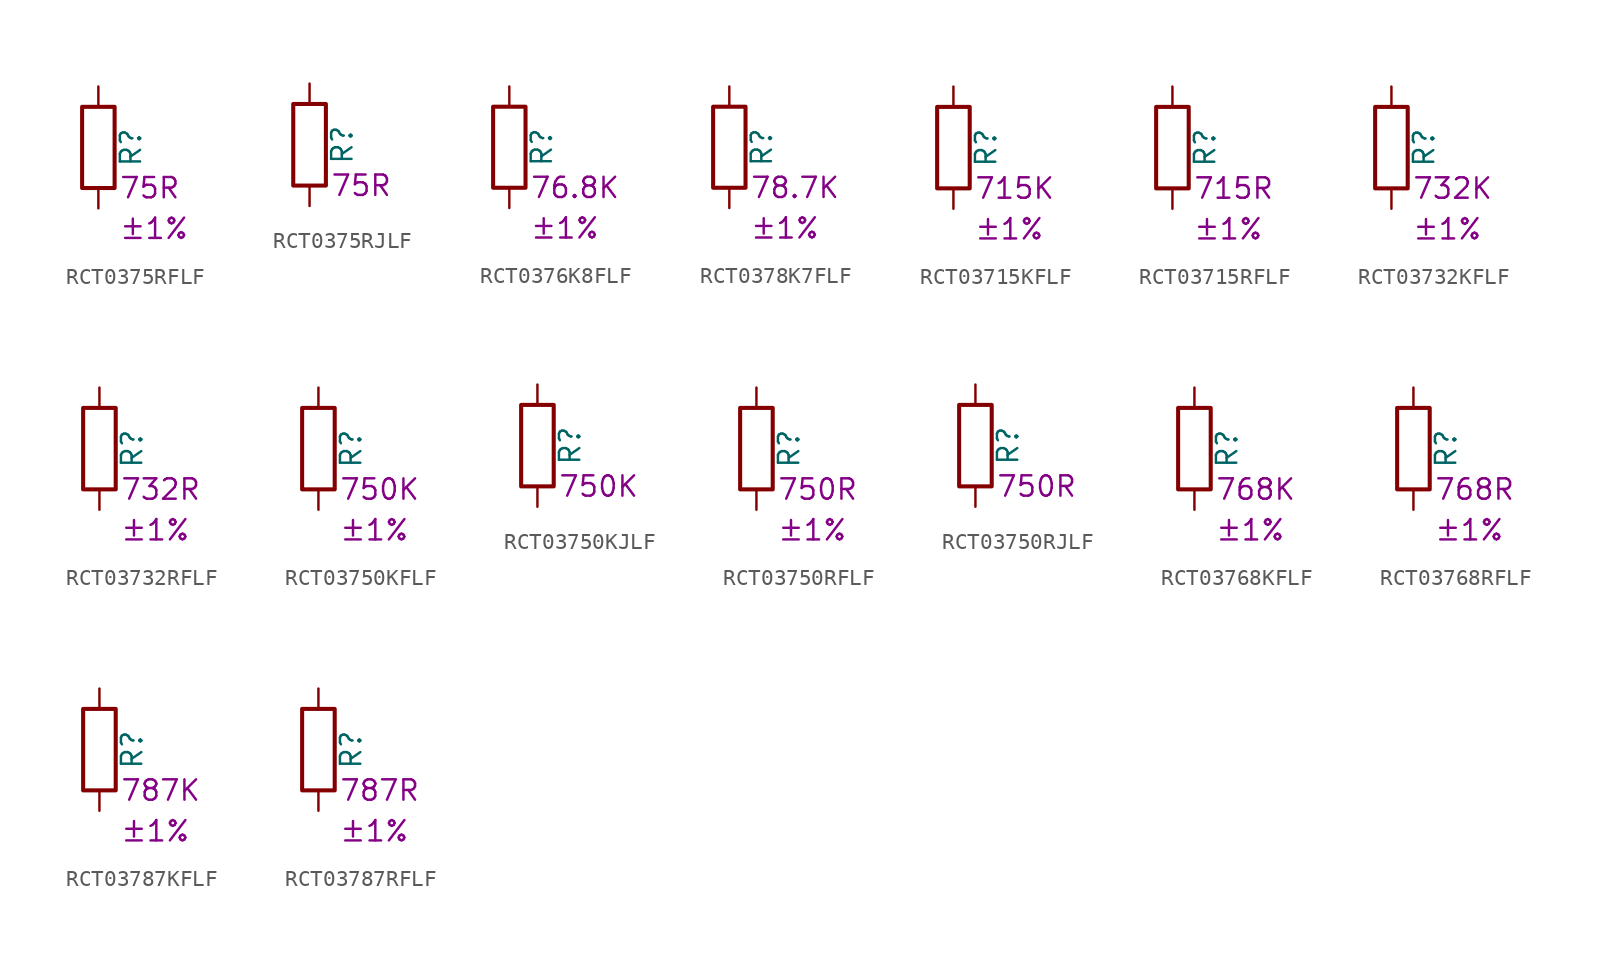
<source format=kicad_sym>
(kicad_symbol_lib
  (version 20220914)
  (generator kicad_symbol_editor)
  (symbol "RCT0375RFLF"
    (pin_numbers hide)
    (pin_names
      (offset 0))
    (property "Reference" "R"
      (at 2.032 0 90)
      (effects (font (size 1.27 1.27))))
    (property "Resistance" "75R"
      (at 1.27 -2.54 0)
      (effects (font (size 1.27 1.27)) (justify left)))
    (property "Tolerance" "±1%"
      (at 1.27 -5.08 0)
      (effects (font (size 1.27 1.27)) (justify left)))
    (symbol "RCT0375RFLF_0_1"
      (rectangle (start -1.016 -2.54) (end 1.016 2.54) (stroke (width 0.254) (type default)) (fill (type none))))
    (symbol "RCT0375RFLF_1_1"
      (pin passive line (at 0 3.81 270) (length 1.27) (name "~" (effects (font (size 1.27 1.27)))) (number "1" (effects (font (size 1.27 1.27)))))
      (pin passive line (at 0 -3.81 90) (length 1.27) (name "~" (effects (font (size 1.27 1.27)))) (number "2" (effects (font (size 1.27 1.27)))))))
  (symbol "RCT0375RJLF"
    (pin_numbers hide)
    (pin_names
      (offset 0))
    (property "Reference" "R"
      (at 2.032 0 90)
      (effects (font (size 1.27 1.27))))
    (property "Resistance" "75R"
      (at 1.27 -2.54 0)
      (effects (font (size 1.27 1.27)) (justify left)))
    (symbol "RCT0375RJLF_0_1"
      (rectangle (start -1.016 -2.54) (end 1.016 2.54) (stroke (width 0.254) (type default)) (fill (type none))))
    (symbol "RCT0375RJLF_1_1"
      (pin passive line (at 0 3.81 270) (length 1.27) (name "~" (effects (font (size 1.27 1.27)))) (number "1" (effects (font (size 1.27 1.27)))))
      (pin passive line (at 0 -3.81 90) (length 1.27) (name "~" (effects (font (size 1.27 1.27)))) (number "2" (effects (font (size 1.27 1.27)))))))
  (symbol "RCT0376K8FLF"
    (pin_numbers hide)
    (pin_names
      (offset 0))
    (property "Reference" "R"
      (at 2.032 0 90)
      (effects (font (size 1.27 1.27))))
    (property "Resistance" "76.8K"
      (at 1.27 -2.54 0)
      (effects (font (size 1.27 1.27)) (justify left)))
    (property "Tolerance" "±1%"
      (at 1.27 -5.08 0)
      (effects (font (size 1.27 1.27)) (justify left)))
    (symbol "RCT0376K8FLF_0_1"
      (rectangle (start -1.016 -2.54) (end 1.016 2.54) (stroke (width 0.254) (type default)) (fill (type none))))
    (symbol "RCT0376K8FLF_1_1"
      (pin passive line (at 0 3.81 270) (length 1.27) (name "~" (effects (font (size 1.27 1.27)))) (number "1" (effects (font (size 1.27 1.27)))))
      (pin passive line (at 0 -3.81 90) (length 1.27) (name "~" (effects (font (size 1.27 1.27)))) (number "2" (effects (font (size 1.27 1.27)))))))
  (symbol "RCT0378K7FLF"
    (pin_numbers hide)
    (pin_names
      (offset 0))
    (property "Reference" "R"
      (at 2.032 0 90)
      (effects (font (size 1.27 1.27))))
    (property "Resistance" "78.7K"
      (at 1.27 -2.54 0)
      (effects (font (size 1.27 1.27)) (justify left)))
    (property "Tolerance" "±1%"
      (at 1.27 -5.08 0)
      (effects (font (size 1.27 1.27)) (justify left)))
    (symbol "RCT0378K7FLF_0_1"
      (rectangle (start -1.016 -2.54) (end 1.016 2.54) (stroke (width 0.254) (type default)) (fill (type none))))
    (symbol "RCT0378K7FLF_1_1"
      (pin passive line (at 0 3.81 270) (length 1.27) (name "~" (effects (font (size 1.27 1.27)))) (number "1" (effects (font (size 1.27 1.27)))))
      (pin passive line (at 0 -3.81 90) (length 1.27) (name "~" (effects (font (size 1.27 1.27)))) (number "2" (effects (font (size 1.27 1.27)))))))
  (symbol "RCT03715KFLF"
    (pin_numbers hide)
    (pin_names
      (offset 0))
    (property "Reference" "R"
      (at 2.032 0 90)
      (effects (font (size 1.27 1.27))))
    (property "Resistance" "715K"
      (at 1.27 -2.54 0)
      (effects (font (size 1.27 1.27)) (justify left)))
    (property "Tolerance" "±1%"
      (at 1.27 -5.08 0)
      (effects (font (size 1.27 1.27)) (justify left)))
    (symbol "RCT03715KFLF_0_1"
      (rectangle (start -1.016 -2.54) (end 1.016 2.54) (stroke (width 0.254) (type default)) (fill (type none))))
    (symbol "RCT03715KFLF_1_1"
      (pin passive line (at 0 3.81 270) (length 1.27) (name "~" (effects (font (size 1.27 1.27)))) (number "1" (effects (font (size 1.27 1.27)))))
      (pin passive line (at 0 -3.81 90) (length 1.27) (name "~" (effects (font (size 1.27 1.27)))) (number "2" (effects (font (size 1.27 1.27)))))))
  (symbol "RCT03715RFLF"
    (pin_numbers hide)
    (pin_names
      (offset 0))
    (property "Reference" "R"
      (at 2.032 0 90)
      (effects (font (size 1.27 1.27))))
    (property "Resistance" "715R"
      (at 1.27 -2.54 0)
      (effects (font (size 1.27 1.27)) (justify left)))
    (property "Tolerance" "±1%"
      (at 1.27 -5.08 0)
      (effects (font (size 1.27 1.27)) (justify left)))
    (symbol "RCT03715RFLF_0_1"
      (rectangle (start -1.016 -2.54) (end 1.016 2.54) (stroke (width 0.254) (type default)) (fill (type none))))
    (symbol "RCT03715RFLF_1_1"
      (pin passive line (at 0 3.81 270) (length 1.27) (name "~" (effects (font (size 1.27 1.27)))) (number "1" (effects (font (size 1.27 1.27)))))
      (pin passive line (at 0 -3.81 90) (length 1.27) (name "~" (effects (font (size 1.27 1.27)))) (number "2" (effects (font (size 1.27 1.27)))))))
  (symbol "RCT03732KFLF"
    (pin_numbers hide)
    (pin_names
      (offset 0))
    (property "Reference" "R"
      (at 2.032 0 90)
      (effects (font (size 1.27 1.27))))
    (property "Resistance" "732K"
      (at 1.27 -2.54 0)
      (effects (font (size 1.27 1.27)) (justify left)))
    (property "Tolerance" "±1%"
      (at 1.27 -5.08 0)
      (effects (font (size 1.27 1.27)) (justify left)))
    (symbol "RCT03732KFLF_0_1"
      (rectangle (start -1.016 -2.54) (end 1.016 2.54) (stroke (width 0.254) (type default)) (fill (type none))))
    (symbol "RCT03732KFLF_1_1"
      (pin passive line (at 0 3.81 270) (length 1.27) (name "~" (effects (font (size 1.27 1.27)))) (number "1" (effects (font (size 1.27 1.27)))))
      (pin passive line (at 0 -3.81 90) (length 1.27) (name "~" (effects (font (size 1.27 1.27)))) (number "2" (effects (font (size 1.27 1.27)))))))
  (symbol "RCT03732RFLF"
    (pin_numbers hide)
    (pin_names
      (offset 0))
    (property "Reference" "R"
      (at 2.032 0 90)
      (effects (font (size 1.27 1.27))))
    (property "Resistance" "732R"
      (at 1.27 -2.54 0)
      (effects (font (size 1.27 1.27)) (justify left)))
    (property "Tolerance" "±1%"
      (at 1.27 -5.08 0)
      (effects (font (size 1.27 1.27)) (justify left)))
    (symbol "RCT03732RFLF_0_1"
      (rectangle (start -1.016 -2.54) (end 1.016 2.54) (stroke (width 0.254) (type default)) (fill (type none))))
    (symbol "RCT03732RFLF_1_1"
      (pin passive line (at 0 3.81 270) (length 1.27) (name "~" (effects (font (size 1.27 1.27)))) (number "1" (effects (font (size 1.27 1.27)))))
      (pin passive line (at 0 -3.81 90) (length 1.27) (name "~" (effects (font (size 1.27 1.27)))) (number "2" (effects (font (size 1.27 1.27)))))))
  (symbol "RCT03750KFLF"
    (pin_numbers hide)
    (pin_names
      (offset 0))
    (property "Reference" "R"
      (at 2.032 0 90)
      (effects (font (size 1.27 1.27))))
    (property "Resistance" "750K"
      (at 1.27 -2.54 0)
      (effects (font (size 1.27 1.27)) (justify left)))
    (property "Tolerance" "±1%"
      (at 1.27 -5.08 0)
      (effects (font (size 1.27 1.27)) (justify left)))
    (symbol "RCT03750KFLF_0_1"
      (rectangle (start -1.016 -2.54) (end 1.016 2.54) (stroke (width 0.254) (type default)) (fill (type none))))
    (symbol "RCT03750KFLF_1_1"
      (pin passive line (at 0 3.81 270) (length 1.27) (name "~" (effects (font (size 1.27 1.27)))) (number "1" (effects (font (size 1.27 1.27)))))
      (pin passive line (at 0 -3.81 90) (length 1.27) (name "~" (effects (font (size 1.27 1.27)))) (number "2" (effects (font (size 1.27 1.27)))))))
  (symbol "RCT03750KJLF"
    (pin_numbers hide)
    (pin_names
      (offset 0))
    (property "Reference" "R"
      (at 2.032 0 90)
      (effects (font (size 1.27 1.27))))
    (property "Resistance" "750K"
      (at 1.27 -2.54 0)
      (effects (font (size 1.27 1.27)) (justify left)))
    (symbol "RCT03750KJLF_0_1"
      (rectangle (start -1.016 -2.54) (end 1.016 2.54) (stroke (width 0.254) (type default)) (fill (type none))))
    (symbol "RCT03750KJLF_1_1"
      (pin passive line (at 0 3.81 270) (length 1.27) (name "~" (effects (font (size 1.27 1.27)))) (number "1" (effects (font (size 1.27 1.27)))))
      (pin passive line (at 0 -3.81 90) (length 1.27) (name "~" (effects (font (size 1.27 1.27)))) (number "2" (effects (font (size 1.27 1.27)))))))
  (symbol "RCT03750RFLF"
    (pin_numbers hide)
    (pin_names
      (offset 0))
    (property "Reference" "R"
      (at 2.032 0 90)
      (effects (font (size 1.27 1.27))))
    (property "Resistance" "750R"
      (at 1.27 -2.54 0)
      (effects (font (size 1.27 1.27)) (justify left)))
    (property "Tolerance" "±1%"
      (at 1.27 -5.08 0)
      (effects (font (size 1.27 1.27)) (justify left)))
    (symbol "RCT03750RFLF_0_1"
      (rectangle (start -1.016 -2.54) (end 1.016 2.54) (stroke (width 0.254) (type default)) (fill (type none))))
    (symbol "RCT03750RFLF_1_1"
      (pin passive line (at 0 3.81 270) (length 1.27) (name "~" (effects (font (size 1.27 1.27)))) (number "1" (effects (font (size 1.27 1.27)))))
      (pin passive line (at 0 -3.81 90) (length 1.27) (name "~" (effects (font (size 1.27 1.27)))) (number "2" (effects (font (size 1.27 1.27)))))))
  (symbol "RCT03750RJLF"
    (pin_numbers hide)
    (pin_names
      (offset 0))
    (property "Reference" "R"
      (at 2.032 0 90)
      (effects (font (size 1.27 1.27))))
    (property "Resistance" "750R"
      (at 1.27 -2.54 0)
      (effects (font (size 1.27 1.27)) (justify left)))
    (symbol "RCT03750RJLF_0_1"
      (rectangle (start -1.016 -2.54) (end 1.016 2.54) (stroke (width 0.254) (type default)) (fill (type none))))
    (symbol "RCT03750RJLF_1_1"
      (pin passive line (at 0 3.81 270) (length 1.27) (name "~" (effects (font (size 1.27 1.27)))) (number "1" (effects (font (size 1.27 1.27)))))
      (pin passive line (at 0 -3.81 90) (length 1.27) (name "~" (effects (font (size 1.27 1.27)))) (number "2" (effects (font (size 1.27 1.27)))))))
  (symbol "RCT03768KFLF"
    (pin_numbers hide)
    (pin_names
      (offset 0))
    (property "Reference" "R"
      (at 2.032 0 90)
      (effects (font (size 1.27 1.27))))
    (property "Resistance" "768K"
      (at 1.27 -2.54 0)
      (effects (font (size 1.27 1.27)) (justify left)))
    (property "Tolerance" "±1%"
      (at 1.27 -5.08 0)
      (effects (font (size 1.27 1.27)) (justify left)))
    (symbol "RCT03768KFLF_0_1"
      (rectangle (start -1.016 -2.54) (end 1.016 2.54) (stroke (width 0.254) (type default)) (fill (type none))))
    (symbol "RCT03768KFLF_1_1"
      (pin passive line (at 0 3.81 270) (length 1.27) (name "~" (effects (font (size 1.27 1.27)))) (number "1" (effects (font (size 1.27 1.27)))))
      (pin passive line (at 0 -3.81 90) (length 1.27) (name "~" (effects (font (size 1.27 1.27)))) (number "2" (effects (font (size 1.27 1.27)))))))
  (symbol "RCT03768RFLF"
    (pin_numbers hide)
    (pin_names
      (offset 0))
    (property "Reference" "R"
      (at 2.032 0 90)
      (effects (font (size 1.27 1.27))))
    (property "Resistance" "768R"
      (at 1.27 -2.54 0)
      (effects (font (size 1.27 1.27)) (justify left)))
    (property "Tolerance" "±1%"
      (at 1.27 -5.08 0)
      (effects (font (size 1.27 1.27)) (justify left)))
    (symbol "RCT03768RFLF_0_1"
      (rectangle (start -1.016 -2.54) (end 1.016 2.54) (stroke (width 0.254) (type default)) (fill (type none))))
    (symbol "RCT03768RFLF_1_1"
      (pin passive line (at 0 3.81 270) (length 1.27) (name "~" (effects (font (size 1.27 1.27)))) (number "1" (effects (font (size 1.27 1.27)))))
      (pin passive line (at 0 -3.81 90) (length 1.27) (name "~" (effects (font (size 1.27 1.27)))) (number "2" (effects (font (size 1.27 1.27)))))))
  (symbol "RCT03787KFLF"
    (pin_numbers hide)
    (pin_names
      (offset 0))
    (property "Reference" "R"
      (at 2.032 0 90)
      (effects (font (size 1.27 1.27))))
    (property "Resistance" "787K"
      (at 1.27 -2.54 0)
      (effects (font (size 1.27 1.27)) (justify left)))
    (property "Tolerance" "±1%"
      (at 1.27 -5.08 0)
      (effects (font (size 1.27 1.27)) (justify left)))
    (symbol "RCT03787KFLF_0_1"
      (rectangle (start -1.016 -2.54) (end 1.016 2.54) (stroke (width 0.254) (type default)) (fill (type none))))
    (symbol "RCT03787KFLF_1_1"
      (pin passive line (at 0 3.81 270) (length 1.27) (name "~" (effects (font (size 1.27 1.27)))) (number "1" (effects (font (size 1.27 1.27)))))
      (pin passive line (at 0 -3.81 90) (length 1.27) (name "~" (effects (font (size 1.27 1.27)))) (number "2" (effects (font (size 1.27 1.27)))))))
  (symbol "RCT03787RFLF"
    (pin_numbers hide)
    (pin_names
      (offset 0))
    (property "Reference" "R"
      (at 2.032 0 90)
      (effects (font (size 1.27 1.27))))
    (property "Resistance" "787R"
      (at 1.27 -2.54 0)
      (effects (font (size 1.27 1.27)) (justify left)))
    (property "Tolerance" "±1%"
      (at 1.27 -5.08 0)
      (effects (font (size 1.27 1.27)) (justify left)))
    (symbol "RCT03787RFLF_0_1"
      (rectangle (start -1.016 -2.54) (end 1.016 2.54) (stroke (width 0.254) (type default)) (fill (type none))))
    (symbol "RCT03787RFLF_1_1"
      (pin passive line (at 0 3.81 270) (length 1.27) (name "~" (effects (font (size 1.27 1.27)))) (number "1" (effects (font (size 1.27 1.27)))))
      (pin passive line (at 0 -3.81 90) (length 1.27) (name "~" (effects (font (size 1.27 1.27)))) (number "2" (effects (font (size 1.27 1.27))))))))
</source>
